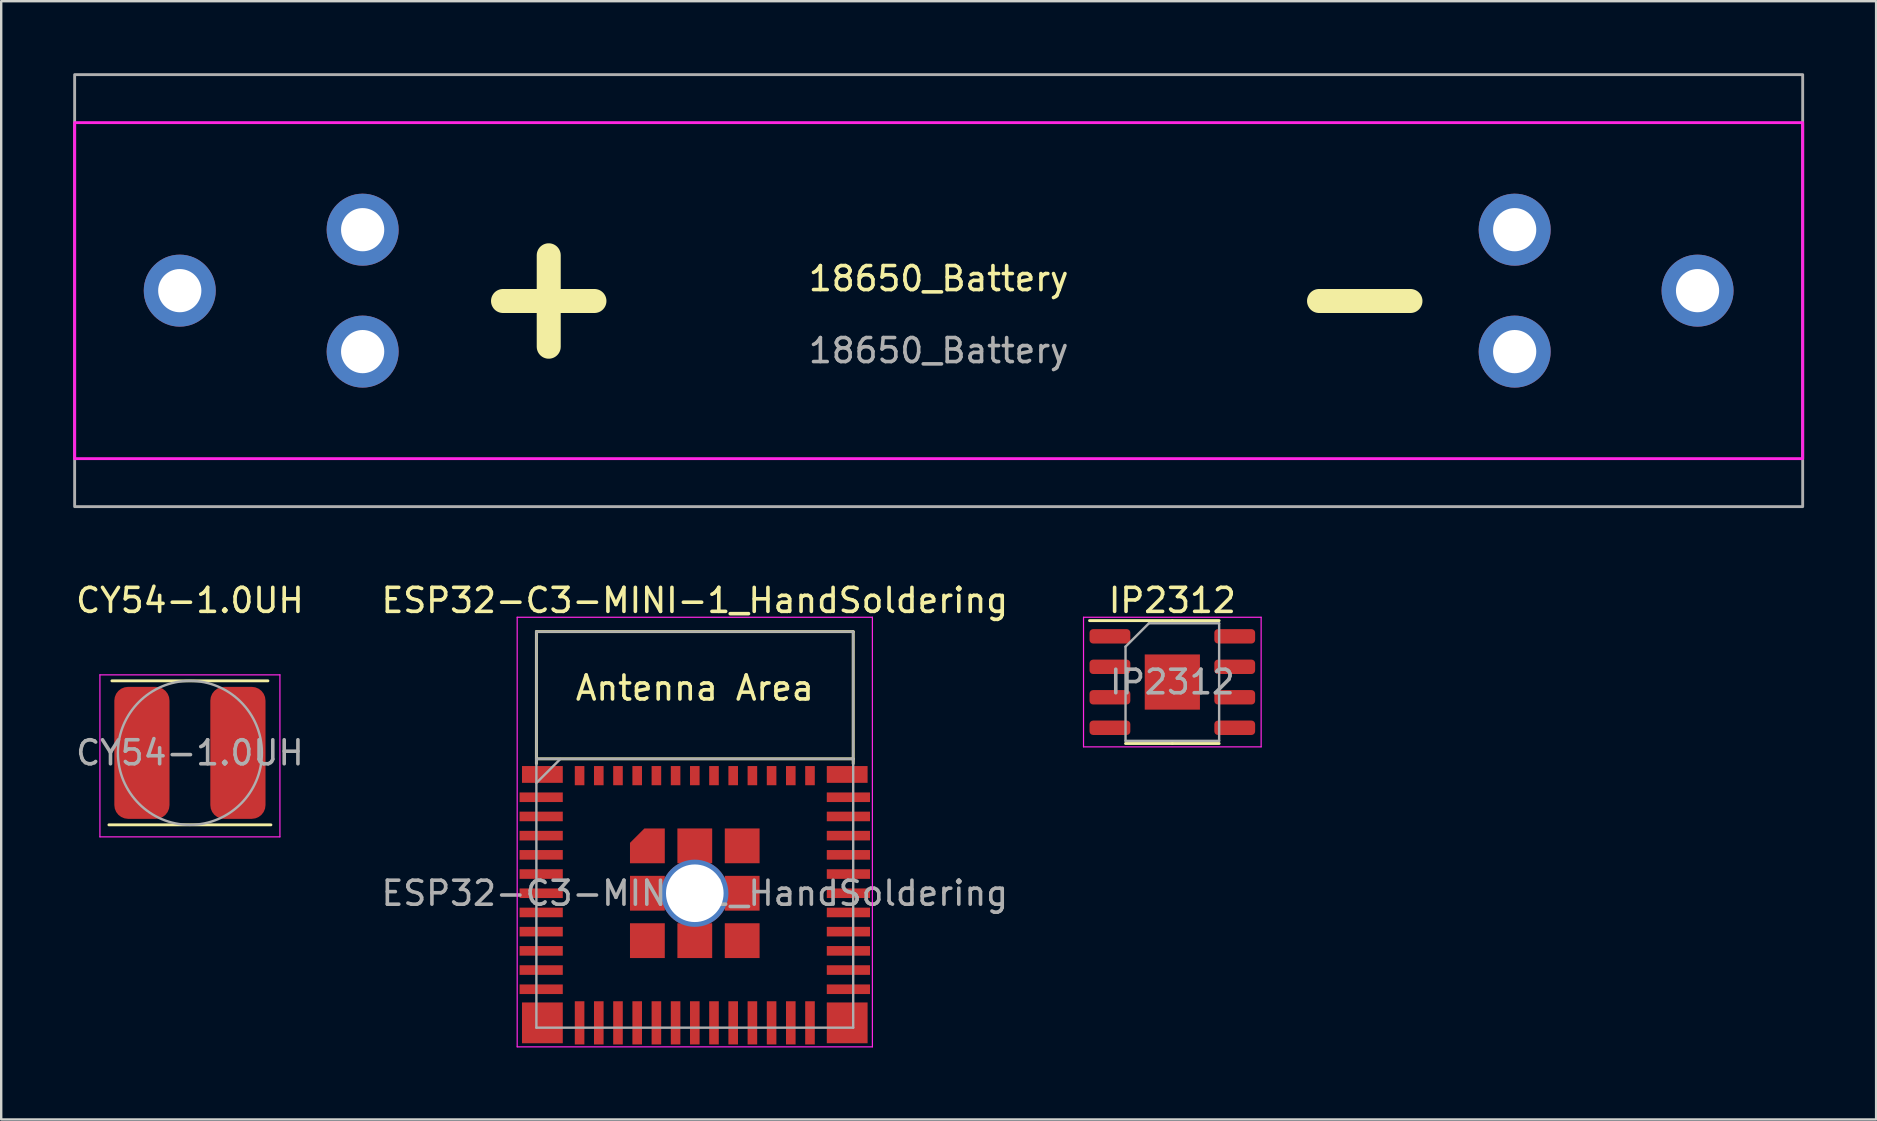
<source format=kicad_pcb>
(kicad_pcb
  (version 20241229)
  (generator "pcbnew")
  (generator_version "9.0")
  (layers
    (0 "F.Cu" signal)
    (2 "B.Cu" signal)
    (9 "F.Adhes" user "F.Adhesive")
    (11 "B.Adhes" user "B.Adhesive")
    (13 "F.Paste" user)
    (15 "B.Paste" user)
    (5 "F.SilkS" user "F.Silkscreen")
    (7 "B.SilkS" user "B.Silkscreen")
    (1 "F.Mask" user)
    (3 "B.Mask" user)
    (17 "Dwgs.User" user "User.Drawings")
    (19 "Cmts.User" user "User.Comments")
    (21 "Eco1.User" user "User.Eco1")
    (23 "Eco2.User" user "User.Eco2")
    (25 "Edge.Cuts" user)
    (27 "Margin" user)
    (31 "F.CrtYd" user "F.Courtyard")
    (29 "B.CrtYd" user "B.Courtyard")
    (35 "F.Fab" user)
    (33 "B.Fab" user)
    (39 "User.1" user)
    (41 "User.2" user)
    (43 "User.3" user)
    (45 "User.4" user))
  (footprint "18650_Battery"
    (layer "F.Cu")
    (at 36.06 9.06)
    (property "Reference" "18650_Battery" (at 0 -0.5 0) (unlocked yes) (layer "F.SilkS") (effects (font (size 1 1) (thickness 0.15))))
    (attr through_hole)
    (fp_rect (start -36 -7) (end 36 7) (stroke (width 0.12) (type default)) (fill no) (layer "F.CrtYd"))
    (fp_rect (start -36 -9) (end 36 9) (stroke (width 0.12) (type default)) (fill no) (layer "F.Fab"))
    (fp_text user "+" (at -20 3 0) (unlocked yes) (layer "F.SilkS") (effects (font (size 5 5) (thickness 1) (bold yes)) (justify left bottom)))
    (fp_text user "-" (at 14 3 0) (unlocked yes) (layer "F.SilkS") (effects (font (size 5 5) (thickness 1) (bold yes)) (justify left bottom)))
    (fp_text user "${REFERENCE}" (at 0 2.5 0) (unlocked yes) (layer "F.Fab") (effects (font (size 1 1) (thickness 0.15))))
    (pad "1" thru_hole circle (at -31.62 0) (size 3 3) (drill 1.8) (layers "*.Cu" "*.Mask"))
    (pad "1" thru_hole circle (at -24 -2.54) (size 3 3) (drill 1.8) (layers "*.Cu" "*.Mask"))
    (pad "1" thru_hole circle (at -24 2.54) (size 3 3) (drill 1.8) (layers "*.Cu" "*.Mask"))
    (pad "2" thru_hole circle (at 24 -2.54) (size 3 3) (drill 1.8) (layers "*.Cu" "*.Mask"))
    (pad "2" thru_hole circle (at 24 2.54) (size 3 3) (drill 1.8) (layers "*.Cu" "*.Mask"))
    (pad "2" thru_hole circle (at 31.62 0) (size 3 3) (drill 1.8) (layers "*.Cu" "*.Mask")))
  (footprint "CY54-1.0UH"
    (layer "F.Cu")
    (at 4.863 28.318)
    (property "Reference" "CY54-1.0UH" (at 0 -6.35 0) (layer "F.SilkS") (effects (font (size 1 1) (thickness 0.15))))
    (attr smd)
    (fp_line (start -3.375 3) (end 3.375 3) (stroke (width 0.12) (type solid)) (layer "F.SilkS"))
    (fp_line (start -3.25 -3) (end 3.25 -3) (stroke (width 0.12) (type solid)) (layer "F.SilkS"))
    (fp_line (start -3.75 -3.25) (end -3.75 3.5) (stroke (width 0.05) (type solid)) (layer "F.CrtYd"))
    (fp_line (start -3.75 3.5) (end 3.75 3.5) (stroke (width 0.05) (type solid)) (layer "F.CrtYd"))
    (fp_line (start 3.75 -3.25) (end -3.75 -3.25) (stroke (width 0.05) (type solid)) (layer "F.CrtYd"))
    (fp_line (start 3.75 3.5) (end 3.75 -3.25) (stroke (width 0.05) (type solid)) (layer "F.CrtYd"))
    (fp_circle (center 0 0) (end 3 0) (stroke (width 0.1) (type solid)) (fill no) (layer "F.Fab"))
    (fp_text user "${REFERENCE}" (at 0 0 0) (layer "F.Fab") (effects (font (size 1 1) (thickness 0.15))))
    (pad "1" smd roundrect (at -2 0) (size 2.3 5.5) (layers "F.Cu" "F.Mask" "F.Paste") (roundrect_rratio 0.25))
    (pad "2" smd roundrect (at 2 0) (size 2.3 5.5) (layers "F.Cu" "F.Mask" "F.Paste") (roundrect_rratio 0.25)))
  (footprint "ESP32-C3-MINI-1_HandSoldering"
    (layer "F.Cu")
    (at 25.899 34.168)
    (property "Reference" "ESP32-C3-MINI-1_HandSoldering" (at 0 -12.2 0) (layer "F.SilkS") (effects (font (size 1 1) (thickness 0.15))))
    (attr smd)
    (fp_line (start -6.6 -10.9) (end -6.6 -5.4) (stroke (width 0.12) (type solid)) (layer "F.SilkS"))
    (fp_line (start -6.6 -10.9) (end 6.6 -10.9) (stroke (width 0.12) (type solid)) (layer "F.SilkS"))
    (fp_line (start -6.6 -5.6) (end 6.6 -5.6) (stroke (width 0.12) (type solid)) (layer "F.SilkS"))
    (fp_line (start 6.6 -10.9) (end 6.6 -5.4) (stroke (width 0.12) (type solid)) (layer "F.SilkS"))
    (fp_line (start -7.4 -11.5) (end 7.4 -11.5) (stroke (width 0.05) (type solid)) (layer "F.CrtYd"))
    (fp_line (start -7.4 6.4) (end -7.4 -11.5) (stroke (width 0.05) (type solid)) (layer "F.CrtYd"))
    (fp_line (start 7.4 -11.5) (end 7.4 6.4) (stroke (width 0.05) (type solid)) (layer "F.CrtYd"))
    (fp_line (start 7.4 6.4) (end -7.4 6.4) (stroke (width 0.05) (type solid)) (layer "F.CrtYd"))
    (fp_line (start -6.6 -5.595) (end -6.6 5.6) (stroke (width 0.1) (type solid)) (layer "F.Fab"))
    (fp_line (start -6.6 -5.5) (end -6.6 -10.9) (stroke (width 0.1) (type solid)) (layer "F.Fab"))
    (fp_line (start -6.6 5.6) (end 6.6 5.6) (stroke (width 0.1) (type solid)) (layer "F.Fab"))
    (fp_line (start -5.6 -5.595) (end -6.6 -4.595) (stroke (width 0.1) (type solid)) (layer "F.Fab"))
    (fp_line (start 6.6 -10.9) (end -6.6 -10.9) (stroke (width 0.1) (type solid)) (layer "F.Fab"))
    (fp_line (start 6.6 -5.6) (end -6.6 -5.6) (stroke (width 0.1) (type solid)) (layer "F.Fab"))
    (fp_line (start 6.6 -5.5) (end 6.6 -10.9) (stroke (width 0.1) (type solid)) (layer "F.Fab"))
    (fp_line (start 6.6 5.6) (end 6.6 -5.595) (stroke (width 0.1) (type solid)) (layer "F.Fab"))
    (fp_text user "Antenna Area" (at 0 -8.55 0) (layer "F.SilkS") (effects (font (size 1 1) (thickness 0.15))))
    (fp_text user "${REFERENCE}" (at 0 0 0) (layer "F.Fab") (effects (font (size 1 1) (thickness 0.15))))
    (pad "1" smd rect (at -6.4 -4 90) (size 0.4 1.8) (layers "F.Cu" "F.Mask" "F.Paste"))
    (pad "2" smd rect (at -6.4 -3.2 90) (size 0.4 1.8) (layers "F.Cu" "F.Mask" "F.Paste"))
    (pad "3" smd rect (at -6.4 -2.4 90) (size 0.4 1.8) (layers "F.Cu" "F.Mask" "F.Paste"))
    (pad "4" smd rect (at -6.4 -1.6 90) (size 0.4 1.8) (layers "F.Cu" "F.Mask" "F.Paste"))
    (pad "5" smd rect (at -6.4 -0.8 90) (size 0.4 1.8) (layers "F.Cu" "F.Mask" "F.Paste"))
    (pad "6" smd rect (at -6.4 0 90) (size 0.4 1.8) (layers "F.Cu" "F.Mask" "F.Paste"))
    (pad "7" smd rect (at -6.4 0.8 90) (size 0.4 1.8) (layers "F.Cu" "F.Mask" "F.Paste"))
    (pad "8" smd rect (at -6.4 1.6 90) (size 0.4 1.8) (layers "F.Cu" "F.Mask" "F.Paste"))
    (pad "9" smd rect (at -6.4 2.4 90) (size 0.4 1.8) (layers "F.Cu" "F.Mask" "F.Paste"))
    (pad "10" smd rect (at -6.4 3.2 90) (size 0.4 1.8) (layers "F.Cu" "F.Mask" "F.Paste"))
    (pad "11" smd rect (at -6.4 4 90) (size 0.4 1.8) (layers "F.Cu" "F.Mask" "F.Paste"))
    (pad "12" smd rect (at -4.8 5.4) (size 0.4 1.8) (layers "F.Cu" "F.Mask" "F.Paste"))
    (pad "13" smd rect (at -4 5.4) (size 0.4 1.8) (layers "F.Cu" "F.Mask" "F.Paste"))
    (pad "14" smd rect (at -3.2 5.4) (size 0.4 1.8) (layers "F.Cu" "F.Mask" "F.Paste"))
    (pad "15" smd rect (at -2.4 5.4) (size 0.4 1.8) (layers "F.Cu" "F.Mask" "F.Paste"))
    (pad "16" smd rect (at -1.6 5.4) (size 0.4 1.8) (layers "F.Cu" "F.Mask" "F.Paste"))
    (pad "17" smd rect (at -0.8 5.4) (size 0.4 1.8) (layers "F.Cu" "F.Mask" "F.Paste"))
    (pad "18" smd rect (at 0 5.4) (size 0.4 1.8) (layers "F.Cu" "F.Mask" "F.Paste"))
    (pad "19" smd rect (at 0.8 5.4) (size 0.4 1.8) (layers "F.Cu" "F.Mask" "F.Paste"))
    (pad "20" smd rect (at 1.6 5.4) (size 0.4 1.8) (layers "F.Cu" "F.Mask" "F.Paste"))
    (pad "21" smd rect (at 2.4 5.4) (size 0.4 1.8) (layers "F.Cu" "F.Mask" "F.Paste"))
    (pad "22" smd rect (at 3.2 5.4) (size 0.4 1.8) (layers "F.Cu" "F.Mask" "F.Paste"))
    (pad "23" smd rect (at 4 5.4) (size 0.4 1.8) (layers "F.Cu" "F.Mask" "F.Paste"))
    (pad "24" smd rect (at 4.8 5.4) (size 0.4 1.8) (layers "F.Cu" "F.Mask" "F.Paste"))
    (pad "25" smd rect (at 6.4 4 90) (size 0.4 1.8) (layers "F.Cu" "F.Mask" "F.Paste"))
    (pad "26" smd rect (at 6.4 3.2 90) (size 0.4 1.8) (layers "F.Cu" "F.Mask" "F.Paste"))
    (pad "27" smd rect (at 6.4 2.4 90) (size 0.4 1.8) (layers "F.Cu" "F.Mask" "F.Paste"))
    (pad "28" smd rect (at 6.4 1.6 90) (size 0.4 1.8) (layers "F.Cu" "F.Mask" "F.Paste"))
    (pad "29" smd rect (at 6.4 0.8 90) (size 0.4 1.8) (layers "F.Cu" "F.Mask" "F.Paste"))
    (pad "30" smd rect (at 6.4 0 90) (size 0.4 1.8) (layers "F.Cu" "F.Mask" "F.Paste"))
    (pad "31" smd rect (at 6.4 -0.8 90) (size 0.4 1.8) (layers "F.Cu" "F.Mask" "F.Paste"))
    (pad "32" smd rect (at 6.4 -1.6 90) (size 0.4 1.8) (layers "F.Cu" "F.Mask" "F.Paste"))
    (pad "33" smd rect (at 6.4 -2.4 90) (size 0.4 1.8) (layers "F.Cu" "F.Mask" "F.Paste"))
    (pad "34" smd rect (at 6.4 -3.2 90) (size 0.4 1.8) (layers "F.Cu" "F.Mask" "F.Paste"))
    (pad "35" smd rect (at 6.4 -4 90) (size 0.4 1.8) (layers "F.Cu" "F.Mask" "F.Paste"))
    (pad "36" smd rect (at 4.8 -4.9) (size 0.4 0.8) (layers "F.Cu" "F.Mask" "F.Paste"))
    (pad "37" smd rect (at 4 -4.9) (size 0.4 0.8) (layers "F.Cu" "F.Mask" "F.Paste"))
    (pad "38" smd rect (at 3.2 -4.9) (size 0.4 0.8) (layers "F.Cu" "F.Mask" "F.Paste"))
    (pad "39" smd rect (at 2.4 -4.9) (size 0.4 0.8) (layers "F.Cu" "F.Mask" "F.Paste"))
    (pad "40" smd rect (at 1.6 -4.9) (size 0.4 0.8) (layers "F.Cu" "F.Mask" "F.Paste"))
    (pad "41" smd rect (at 0.8 -4.9) (size 0.4 0.8) (layers "F.Cu" "F.Mask" "F.Paste"))
    (pad "42" smd rect (at 0 -4.9) (size 0.4 0.8) (layers "F.Cu" "F.Mask" "F.Paste"))
    (pad "43" smd rect (at -0.8 -4.9) (size 0.4 0.8) (layers "F.Cu" "F.Mask" "F.Paste"))
    (pad "44" smd rect (at -1.6 -4.9) (size 0.4 0.8) (layers "F.Cu" "F.Mask" "F.Paste"))
    (pad "45" smd rect (at -2.4 -4.9) (size 0.4 0.8) (layers "F.Cu" "F.Mask" "F.Paste"))
    (pad "46" smd rect (at -3.2 -4.9) (size 0.4 0.8) (layers "F.Cu" "F.Mask" "F.Paste"))
    (pad "47" smd rect (at -4 -4.9) (size 0.4 0.8) (layers "F.Cu" "F.Mask" "F.Paste"))
    (pad "48" smd rect (at -4.8 -4.9) (size 0.4 0.8) (layers "F.Cu" "F.Mask" "F.Paste"))
    (pad "49" smd custom (at -1.975 -1.975) (size 0.8 0.8) (layers "F.Cu" "F.Mask" "F.Paste") (options (anchor rect)) (primitives (gr_poly (pts (xy 0.725 0.725) (xy -0.725 0.725) (xy -0.725 -0.125) (xy -0.125 -0.725) (xy 0.725 -0.725)) (width 0) (fill yes))))
    (pad "49" smd rect (at -1.975 0 90) (size 1.45 1.45) (layers "F.Cu" "F.Mask" "F.Paste"))
    (pad "49" smd rect (at -1.975 1.975 90) (size 1.45 1.45) (layers "F.Cu" "F.Mask" "F.Paste"))
    (pad "49" smd rect (at 0 -1.975 90) (size 1.45 1.45) (layers "F.Cu" "F.Mask" "F.Paste"))
    (pad "49" thru_hole circle (at 0 0 90) (size 2.8 2.8) (drill 2.4) (layers "*.Cu" "*.Mask"))
    (pad "49" smd rect (at 0 1.975 90) (size 1.45 1.45) (layers "F.Cu" "F.Mask" "F.Paste"))
    (pad "49" smd rect (at 1.975 -1.975 90) (size 1.45 1.45) (layers "F.Cu" "F.Mask" "F.Paste"))
    (pad "49" smd rect (at 1.975 0 90) (size 1.45 1.45) (layers "F.Cu" "F.Mask" "F.Paste"))
    (pad "49" smd rect (at 1.975 1.975 90) (size 1.45 1.45) (layers "F.Cu" "F.Mask" "F.Paste"))
    (pad "50" smd rect (at 6.35 -4.95 90) (size 0.7 1.7) (layers "F.Cu" "F.Mask" "F.Paste"))
    (pad "51" smd rect (at 6.35 5.4 90) (size 1.7 1.7) (layers "F.Cu" "F.Mask" "F.Paste"))
    (pad "52" smd rect (at -6.35 5.4 90) (size 1.7 1.7) (layers "F.Cu" "F.Mask" "F.Paste"))
    (pad "53" smd rect (at -6.35 -4.95 90) (size 0.7 1.7) (layers "F.Cu" "F.Mask" "F.Paste")))
  (footprint "IP2312"
    (layer "F.Cu")
    (at 45.796 25.368)
    (property "Reference" "IP2312" (at 0 -3.4 0) (layer "F.SilkS") (effects (font (size 1 1) (thickness 0.15))))
    (attr smd)
    (fp_line (start 0 -2.56) (end -3.45 -2.56) (stroke (width 0.12) (type solid)) (layer "F.SilkS"))
    (fp_line (start 0 -2.56) (end 1.95 -2.56) (stroke (width 0.12) (type solid)) (layer "F.SilkS"))
    (fp_line (start 0 2.56) (end -1.95 2.56) (stroke (width 0.12) (type solid)) (layer "F.SilkS"))
    (fp_line (start 0 2.56) (end 1.95 2.56) (stroke (width 0.12) (type solid)) (layer "F.SilkS"))
    (fp_line (start -3.7 -2.7) (end -3.7 2.7) (stroke (width 0.05) (type solid)) (layer "F.CrtYd"))
    (fp_line (start -3.7 2.7) (end 3.7 2.7) (stroke (width 0.05) (type solid)) (layer "F.CrtYd"))
    (fp_line (start 3.7 -2.7) (end -3.7 -2.7) (stroke (width 0.05) (type solid)) (layer "F.CrtYd"))
    (fp_line (start 3.7 2.7) (end 3.7 -2.7) (stroke (width 0.05) (type solid)) (layer "F.CrtYd"))
    (fp_line (start -1.95 -1.475) (end -0.975 -2.45) (stroke (width 0.1) (type solid)) (layer "F.Fab"))
    (fp_line (start -1.95 2.45) (end -1.95 -1.475) (stroke (width 0.1) (type solid)) (layer "F.Fab"))
    (fp_line (start -0.975 -2.45) (end 1.95 -2.45) (stroke (width 0.1) (type solid)) (layer "F.Fab"))
    (fp_line (start 1.95 -2.45) (end 1.95 2.45) (stroke (width 0.1) (type solid)) (layer "F.Fab"))
    (fp_line (start 1.95 2.45) (end -1.95 2.45) (stroke (width 0.1) (type solid)) (layer "F.Fab"))
    (fp_text user "${REFERENCE}" (at 0 0 0) (layer "F.Fab") (effects (font (size 0.98 0.98) (thickness 0.15))))
    (pad "" smd roundrect (at -0.575 -0.575) (size 0.93 0.93) (layers "F.Paste") (roundrect_rratio 0.25))
    (pad "" smd roundrect (at -0.575 0.575) (size 0.93 0.93) (layers "F.Paste") (roundrect_rratio 0.25))
    (pad "" smd roundrect (at 0.575 -0.575) (size 0.93 0.93) (layers "F.Paste") (roundrect_rratio 0.25))
    (pad "" smd roundrect (at 0.575 0.575) (size 0.93 0.93) (layers "F.Paste") (roundrect_rratio 0.25))
    (pad "1" smd roundrect (at -2.6 -1.905) (size 1.7 0.6) (layers "F.Cu" "F.Mask" "F.Paste") (roundrect_rratio 0.25))
    (pad "2" smd roundrect (at -2.6 -0.635) (size 1.7 0.6) (layers "F.Cu" "F.Mask" "F.Paste") (roundrect_rratio 0.25))
    (pad "3" smd roundrect (at -2.6 0.635) (size 1.7 0.6) (layers "F.Cu" "F.Mask" "F.Paste") (roundrect_rratio 0.25))
    (pad "4" smd roundrect (at -2.6 1.905) (size 1.7 0.6) (layers "F.Cu" "F.Mask" "F.Paste") (roundrect_rratio 0.25))
    (pad "5" smd roundrect (at 2.6 1.905) (size 1.7 0.6) (layers "F.Cu" "F.Mask" "F.Paste") (roundrect_rratio 0.25))
    (pad "6" smd roundrect (at 2.6 0.635) (size 1.7 0.6) (layers "F.Cu" "F.Mask" "F.Paste") (roundrect_rratio 0.25))
    (pad "7" smd roundrect (at 2.6 -0.635) (size 1.7 0.6) (layers "F.Cu" "F.Mask" "F.Paste") (roundrect_rratio 0.25))
    (pad "8" smd roundrect (at 2.6 -1.905) (size 1.7 0.6) (layers "F.Cu" "F.Mask" "F.Paste") (roundrect_rratio 0.25))
    (pad "9" smd rect (at 0 0) (size 2.3 2.3) (layers "F.Cu" "F.Mask")))
  (gr_rect
    (start -3 -3)
    (end 75.12 43.593)
    (stroke (width 0.1) (type default))
    (fill no)
    (layer "Edge.Cuts")))
</source>
